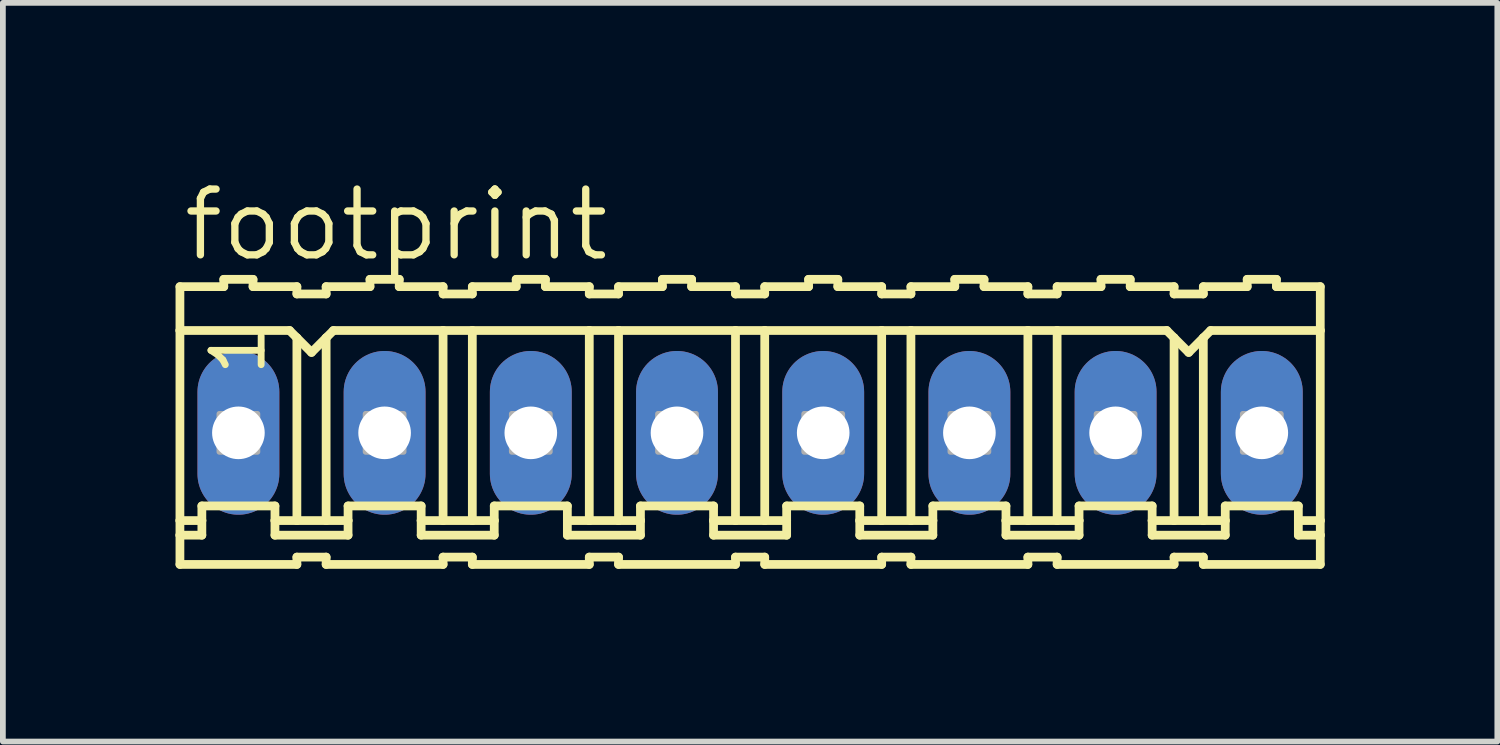
<source format=kicad_pcb>
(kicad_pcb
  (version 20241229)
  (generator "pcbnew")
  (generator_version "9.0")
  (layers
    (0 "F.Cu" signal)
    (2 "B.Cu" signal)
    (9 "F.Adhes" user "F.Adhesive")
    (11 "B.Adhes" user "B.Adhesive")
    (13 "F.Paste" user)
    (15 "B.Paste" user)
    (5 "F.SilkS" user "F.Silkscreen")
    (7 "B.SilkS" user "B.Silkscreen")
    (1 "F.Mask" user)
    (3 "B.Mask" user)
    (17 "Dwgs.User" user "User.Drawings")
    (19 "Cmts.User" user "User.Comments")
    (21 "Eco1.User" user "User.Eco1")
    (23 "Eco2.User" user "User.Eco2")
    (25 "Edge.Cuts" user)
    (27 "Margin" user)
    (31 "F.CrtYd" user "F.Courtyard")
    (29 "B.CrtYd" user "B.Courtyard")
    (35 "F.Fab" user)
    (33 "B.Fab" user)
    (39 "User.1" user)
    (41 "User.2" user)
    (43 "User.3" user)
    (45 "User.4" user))
  (footprint "footprint"
    (layer "F.Cu")
    (at 9.982 4.47)
    (property "Reference" "footprint" (at -9.906 -2.946 0) (layer "F.SilkS") (effects (font (size 1.143 1.143) (thickness 0.127)) (justify left bottom)))
    (fp_line (start -9.906 -2.54) (end -9.906 -1.778) (stroke (width 0.152) (type solid)) (layer "F.SilkS"))
    (fp_line (start -9.906 -2.54) (end -9.144 -2.54) (stroke (width 0.152) (type solid)) (layer "F.SilkS"))
    (fp_line (start -9.906 -1.778) (end -9.906 1.524) (stroke (width 0.152) (type solid)) (layer "F.SilkS"))
    (fp_line (start -9.906 1.524) (end -9.906 1.778) (stroke (width 0.152) (type solid)) (layer "F.SilkS"))
    (fp_line (start -9.906 1.778) (end -9.906 2.286) (stroke (width 0.152) (type solid)) (layer "F.SilkS"))
    (fp_line (start -9.906 1.778) (end -9.525 1.778) (stroke (width 0.152) (type solid)) (layer "F.SilkS"))
    (fp_line (start -9.525 1.27) (end -8.255 1.27) (stroke (width 0.152) (type solid)) (layer "F.SilkS"))
    (fp_line (start -9.525 1.524) (end -9.906 1.524) (stroke (width 0.152) (type solid)) (layer "F.SilkS"))
    (fp_line (start -9.525 1.524) (end -9.525 1.27) (stroke (width 0.152) (type solid)) (layer "F.SilkS"))
    (fp_line (start -9.525 1.778) (end -9.525 1.524) (stroke (width 0.152) (type solid)) (layer "F.SilkS"))
    (fp_line (start -9.144 -2.54) (end -9.144 -2.667) (stroke (width 0.152) (type solid)) (layer "F.SilkS"))
    (fp_line (start -8.636 -2.667) (end -9.144 -2.667) (stroke (width 0.152) (type solid)) (layer "F.SilkS"))
    (fp_line (start -8.636 -2.54) (end -8.636 -2.667) (stroke (width 0.152) (type solid)) (layer "F.SilkS"))
    (fp_line (start -8.255 1.524) (end -8.255 1.27) (stroke (width 0.152) (type solid)) (layer "F.SilkS"))
    (fp_line (start -8.255 1.524) (end -7.874 1.524) (stroke (width 0.152) (type solid)) (layer "F.SilkS"))
    (fp_line (start -8.255 1.778) (end -8.255 1.524) (stroke (width 0.152) (type solid)) (layer "F.SilkS"))
    (fp_line (start -8.001 -1.778) (end -9.906 -1.778) (stroke (width 0.152) (type solid)) (layer "F.SilkS"))
    (fp_line (start -8.001 -1.778) (end -7.874 -1.651) (stroke (width 0.152) (type solid)) (layer "F.SilkS"))
    (fp_line (start -7.874 -2.54) (end -8.636 -2.54) (stroke (width 0.152) (type solid)) (layer "F.SilkS"))
    (fp_line (start -7.874 -2.413) (end -7.874 -2.54) (stroke (width 0.152) (type solid)) (layer "F.SilkS"))
    (fp_line (start -7.874 -2.413) (end -7.366 -2.413) (stroke (width 0.152) (type solid)) (layer "F.SilkS"))
    (fp_line (start -7.874 -1.651) (end -7.874 1.524) (stroke (width 0.152) (type solid)) (layer "F.SilkS"))
    (fp_line (start -7.874 -1.651) (end -7.62 -1.397) (stroke (width 0.152) (type solid)) (layer "F.SilkS"))
    (fp_line (start -7.874 1.524) (end -7.366 1.524) (stroke (width 0.152) (type solid)) (layer "F.SilkS"))
    (fp_line (start -7.874 2.159) (end -7.874 2.286) (stroke (width 0.152) (type solid)) (layer "F.SilkS"))
    (fp_line (start -7.874 2.286) (end -9.906 2.286) (stroke (width 0.152) (type solid)) (layer "F.SilkS"))
    (fp_line (start -7.62 -1.397) (end -7.366 -1.651) (stroke (width 0.152) (type solid)) (layer "F.SilkS"))
    (fp_line (start -7.366 -2.54) (end -6.604 -2.54) (stroke (width 0.152) (type solid)) (layer "F.SilkS"))
    (fp_line (start -7.366 -2.413) (end -7.366 -2.54) (stroke (width 0.152) (type solid)) (layer "F.SilkS"))
    (fp_line (start -7.366 -1.651) (end -7.366 1.524) (stroke (width 0.152) (type solid)) (layer "F.SilkS"))
    (fp_line (start -7.366 -1.651) (end -7.239 -1.778) (stroke (width 0.152) (type solid)) (layer "F.SilkS"))
    (fp_line (start -7.366 1.524) (end -6.985 1.524) (stroke (width 0.152) (type solid)) (layer "F.SilkS"))
    (fp_line (start -7.366 2.159) (end -7.874 2.159) (stroke (width 0.152) (type solid)) (layer "F.SilkS"))
    (fp_line (start -7.366 2.159) (end -7.366 2.286) (stroke (width 0.152) (type solid)) (layer "F.SilkS"))
    (fp_line (start -7.366 2.286) (end -5.334 2.286) (stroke (width 0.152) (type solid)) (layer "F.SilkS"))
    (fp_line (start -7.239 -1.778) (end -5.334 -1.778) (stroke (width 0.152) (type solid)) (layer "F.SilkS"))
    (fp_line (start -6.985 1.27) (end -5.715 1.27) (stroke (width 0.152) (type solid)) (layer "F.SilkS"))
    (fp_line (start -6.985 1.524) (end -6.985 1.27) (stroke (width 0.152) (type solid)) (layer "F.SilkS"))
    (fp_line (start -6.985 1.778) (end -8.255 1.778) (stroke (width 0.152) (type solid)) (layer "F.SilkS"))
    (fp_line (start -6.985 1.778) (end -6.985 1.524) (stroke (width 0.152) (type solid)) (layer "F.SilkS"))
    (fp_line (start -6.604 -2.54) (end -6.604 -2.667) (stroke (width 0.152) (type solid)) (layer "F.SilkS"))
    (fp_line (start -6.096 -2.667) (end -6.604 -2.667) (stroke (width 0.152) (type solid)) (layer "F.SilkS"))
    (fp_line (start -6.096 -2.54) (end -6.096 -2.667) (stroke (width 0.152) (type solid)) (layer "F.SilkS"))
    (fp_line (start -6.096 -2.54) (end -5.334 -2.54) (stroke (width 0.152) (type solid)) (layer "F.SilkS"))
    (fp_line (start -5.715 1.524) (end -5.715 1.27) (stroke (width 0.152) (type solid)) (layer "F.SilkS"))
    (fp_line (start -5.715 1.524) (end -5.334 1.524) (stroke (width 0.152) (type solid)) (layer "F.SilkS"))
    (fp_line (start -5.715 1.778) (end -5.715 1.524) (stroke (width 0.152) (type solid)) (layer "F.SilkS"))
    (fp_line (start -5.715 1.778) (end -4.445 1.778) (stroke (width 0.152) (type solid)) (layer "F.SilkS"))
    (fp_line (start -5.334 -2.413) (end -5.334 -2.54) (stroke (width 0.152) (type solid)) (layer "F.SilkS"))
    (fp_line (start -5.334 -1.778) (end -5.334 1.524) (stroke (width 0.152) (type solid)) (layer "F.SilkS"))
    (fp_line (start -5.334 -1.778) (end -4.826 -1.778) (stroke (width 0.152) (type solid)) (layer "F.SilkS"))
    (fp_line (start -5.334 1.524) (end -4.826 1.524) (stroke (width 0.152) (type solid)) (layer "F.SilkS"))
    (fp_line (start -5.334 2.159) (end -5.334 2.286) (stroke (width 0.152) (type solid)) (layer "F.SilkS"))
    (fp_line (start -4.826 -2.54) (end -4.064 -2.54) (stroke (width 0.152) (type solid)) (layer "F.SilkS"))
    (fp_line (start -4.826 -2.413) (end -5.334 -2.413) (stroke (width 0.152) (type solid)) (layer "F.SilkS"))
    (fp_line (start -4.826 -2.413) (end -4.826 -2.54) (stroke (width 0.152) (type solid)) (layer "F.SilkS"))
    (fp_line (start -4.826 -1.778) (end -4.826 1.524) (stroke (width 0.152) (type solid)) (layer "F.SilkS"))
    (fp_line (start -4.826 -1.778) (end -2.794 -1.778) (stroke (width 0.152) (type solid)) (layer "F.SilkS"))
    (fp_line (start -4.826 1.524) (end -4.445 1.524) (stroke (width 0.152) (type solid)) (layer "F.SilkS"))
    (fp_line (start -4.826 2.159) (end -5.334 2.159) (stroke (width 0.152) (type solid)) (layer "F.SilkS"))
    (fp_line (start -4.826 2.159) (end -4.826 2.286) (stroke (width 0.152) (type solid)) (layer "F.SilkS"))
    (fp_line (start -4.445 1.27) (end -3.175 1.27) (stroke (width 0.152) (type solid)) (layer "F.SilkS"))
    (fp_line (start -4.445 1.524) (end -4.445 1.27) (stroke (width 0.152) (type solid)) (layer "F.SilkS"))
    (fp_line (start -4.445 1.778) (end -4.445 1.524) (stroke (width 0.152) (type solid)) (layer "F.SilkS"))
    (fp_line (start -4.064 -2.54) (end -4.064 -2.667) (stroke (width 0.152) (type solid)) (layer "F.SilkS"))
    (fp_line (start -3.556 -2.667) (end -4.064 -2.667) (stroke (width 0.152) (type solid)) (layer "F.SilkS"))
    (fp_line (start -3.556 -2.54) (end -3.556 -2.667) (stroke (width 0.152) (type solid)) (layer "F.SilkS"))
    (fp_line (start -3.556 -2.54) (end -2.794 -2.54) (stroke (width 0.152) (type solid)) (layer "F.SilkS"))
    (fp_line (start -3.175 1.524) (end -3.175 1.27) (stroke (width 0.152) (type solid)) (layer "F.SilkS"))
    (fp_line (start -3.175 1.524) (end -2.794 1.524) (stroke (width 0.152) (type solid)) (layer "F.SilkS"))
    (fp_line (start -3.175 1.778) (end -3.175 1.524) (stroke (width 0.152) (type solid)) (layer "F.SilkS"))
    (fp_line (start -2.794 -2.54) (end -2.794 -2.413) (stroke (width 0.152) (type solid)) (layer "F.SilkS"))
    (fp_line (start -2.794 -1.778) (end -2.794 1.524) (stroke (width 0.152) (type solid)) (layer "F.SilkS"))
    (fp_line (start -2.794 2.159) (end -2.794 2.286) (stroke (width 0.152) (type solid)) (layer "F.SilkS"))
    (fp_line (start -2.794 2.286) (end -4.826 2.286) (stroke (width 0.152) (type solid)) (layer "F.SilkS"))
    (fp_line (start -2.286 -2.54) (end -2.286 -2.413) (stroke (width 0.152) (type solid)) (layer "F.SilkS"))
    (fp_line (start -2.286 -2.54) (end -1.524 -2.54) (stroke (width 0.152) (type solid)) (layer "F.SilkS"))
    (fp_line (start -2.286 -2.413) (end -2.794 -2.413) (stroke (width 0.152) (type solid)) (layer "F.SilkS"))
    (fp_line (start -2.286 -1.778) (end -2.794 -1.778) (stroke (width 0.152) (type solid)) (layer "F.SilkS"))
    (fp_line (start -2.286 -1.778) (end -2.286 1.524) (stroke (width 0.152) (type solid)) (layer "F.SilkS"))
    (fp_line (start -2.286 -1.778) (end -0.254 -1.778) (stroke (width 0.152) (type solid)) (layer "F.SilkS"))
    (fp_line (start -2.286 1.524) (end -2.794 1.524) (stroke (width 0.152) (type solid)) (layer "F.SilkS"))
    (fp_line (start -2.286 2.159) (end -2.794 2.159) (stroke (width 0.152) (type solid)) (layer "F.SilkS"))
    (fp_line (start -2.286 2.159) (end -2.286 2.286) (stroke (width 0.152) (type solid)) (layer "F.SilkS"))
    (fp_line (start -1.905 1.27) (end -0.635 1.27) (stroke (width 0.152) (type solid)) (layer "F.SilkS"))
    (fp_line (start -1.905 1.524) (end -2.286 1.524) (stroke (width 0.152) (type solid)) (layer "F.SilkS"))
    (fp_line (start -1.905 1.524) (end -1.905 1.27) (stroke (width 0.152) (type solid)) (layer "F.SilkS"))
    (fp_line (start -1.905 1.778) (end -3.175 1.778) (stroke (width 0.152) (type solid)) (layer "F.SilkS"))
    (fp_line (start -1.905 1.778) (end -1.905 1.524) (stroke (width 0.152) (type solid)) (layer "F.SilkS"))
    (fp_line (start -1.524 -2.54) (end -1.524 -2.667) (stroke (width 0.152) (type solid)) (layer "F.SilkS"))
    (fp_line (start -1.016 -2.667) (end -1.524 -2.667) (stroke (width 0.152) (type solid)) (layer "F.SilkS"))
    (fp_line (start -1.016 -2.54) (end -1.016 -2.667) (stroke (width 0.152) (type solid)) (layer "F.SilkS"))
    (fp_line (start -0.635 1.524) (end -0.635 1.27) (stroke (width 0.152) (type solid)) (layer "F.SilkS"))
    (fp_line (start -0.635 1.524) (end -0.254 1.524) (stroke (width 0.152) (type solid)) (layer "F.SilkS"))
    (fp_line (start -0.635 1.778) (end -0.635 1.524) (stroke (width 0.152) (type solid)) (layer "F.SilkS"))
    (fp_line (start -0.254 -2.54) (end -1.016 -2.54) (stroke (width 0.152) (type solid)) (layer "F.SilkS"))
    (fp_line (start -0.254 -2.413) (end -0.254 -2.54) (stroke (width 0.152) (type solid)) (layer "F.SilkS"))
    (fp_line (start -0.254 -2.413) (end 0.254 -2.413) (stroke (width 0.152) (type solid)) (layer "F.SilkS"))
    (fp_line (start -0.254 -1.778) (end -0.254 1.524) (stroke (width 0.152) (type solid)) (layer "F.SilkS"))
    (fp_line (start -0.254 -1.778) (end 0.254 -1.778) (stroke (width 0.152) (type solid)) (layer "F.SilkS"))
    (fp_line (start -0.254 1.524) (end 0.254 1.524) (stroke (width 0.152) (type solid)) (layer "F.SilkS"))
    (fp_line (start -0.254 2.159) (end -0.254 2.286) (stroke (width 0.152) (type solid)) (layer "F.SilkS"))
    (fp_line (start -0.254 2.286) (end -2.286 2.286) (stroke (width 0.152) (type solid)) (layer "F.SilkS"))
    (fp_line (start 0.254 -2.54) (end 1.016 -2.54) (stroke (width 0.152) (type solid)) (layer "F.SilkS"))
    (fp_line (start 0.254 -2.413) (end 0.254 -2.54) (stroke (width 0.152) (type solid)) (layer "F.SilkS"))
    (fp_line (start 0.254 -1.778) (end 0.254 1.524) (stroke (width 0.152) (type solid)) (layer "F.SilkS"))
    (fp_line (start 0.254 -1.778) (end 2.286 -1.778) (stroke (width 0.152) (type solid)) (layer "F.SilkS"))
    (fp_line (start 0.254 1.524) (end 0.635 1.524) (stroke (width 0.152) (type solid)) (layer "F.SilkS"))
    (fp_line (start 0.254 2.159) (end -0.254 2.159) (stroke (width 0.152) (type solid)) (layer "F.SilkS"))
    (fp_line (start 0.254 2.159) (end 0.254 2.286) (stroke (width 0.152) (type solid)) (layer "F.SilkS"))
    (fp_line (start 0.635 1.27) (end 1.905 1.27) (stroke (width 0.152) (type solid)) (layer "F.SilkS"))
    (fp_line (start 0.635 1.524) (end 0.635 1.27) (stroke (width 0.152) (type solid)) (layer "F.SilkS"))
    (fp_line (start 0.635 1.778) (end -0.635 1.778) (stroke (width 0.152) (type solid)) (layer "F.SilkS"))
    (fp_line (start 0.635 1.778) (end 0.635 1.524) (stroke (width 0.152) (type solid)) (layer "F.SilkS"))
    (fp_line (start 1.016 -2.54) (end 1.016 -2.667) (stroke (width 0.152) (type solid)) (layer "F.SilkS"))
    (fp_line (start 1.524 -2.667) (end 1.016 -2.667) (stroke (width 0.152) (type solid)) (layer "F.SilkS"))
    (fp_line (start 1.524 -2.54) (end 1.524 -2.667) (stroke (width 0.152) (type solid)) (layer "F.SilkS"))
    (fp_line (start 1.905 1.524) (end 1.905 1.27) (stroke (width 0.152) (type solid)) (layer "F.SilkS"))
    (fp_line (start 1.905 1.524) (end 2.286 1.524) (stroke (width 0.152) (type solid)) (layer "F.SilkS"))
    (fp_line (start 1.905 1.778) (end 1.905 1.524) (stroke (width 0.152) (type solid)) (layer "F.SilkS"))
    (fp_line (start 2.286 -2.54) (end 1.524 -2.54) (stroke (width 0.152) (type solid)) (layer "F.SilkS"))
    (fp_line (start 2.286 -2.413) (end 2.286 -2.54) (stroke (width 0.152) (type solid)) (layer "F.SilkS"))
    (fp_line (start 2.286 -2.413) (end 2.794 -2.413) (stroke (width 0.152) (type solid)) (layer "F.SilkS"))
    (fp_line (start 2.286 -1.778) (end 2.286 1.524) (stroke (width 0.152) (type solid)) (layer "F.SilkS"))
    (fp_line (start 2.286 -1.778) (end 2.794 -1.778) (stroke (width 0.152) (type solid)) (layer "F.SilkS"))
    (fp_line (start 2.286 1.524) (end 2.794 1.524) (stroke (width 0.152) (type solid)) (layer "F.SilkS"))
    (fp_line (start 2.286 2.159) (end 2.286 2.286) (stroke (width 0.152) (type solid)) (layer "F.SilkS"))
    (fp_line (start 2.286 2.286) (end 0.254 2.286) (stroke (width 0.152) (type solid)) (layer "F.SilkS"))
    (fp_line (start 2.794 -2.54) (end 3.556 -2.54) (stroke (width 0.152) (type solid)) (layer "F.SilkS"))
    (fp_line (start 2.794 -2.413) (end 2.794 -2.54) (stroke (width 0.152) (type solid)) (layer "F.SilkS"))
    (fp_line (start 2.794 -1.778) (end 2.794 1.524) (stroke (width 0.152) (type solid)) (layer "F.SilkS"))
    (fp_line (start 2.794 -1.778) (end 4.826 -1.778) (stroke (width 0.152) (type solid)) (layer "F.SilkS"))
    (fp_line (start 2.794 1.524) (end 3.175 1.524) (stroke (width 0.152) (type solid)) (layer "F.SilkS"))
    (fp_line (start 2.794 2.159) (end 2.286 2.159) (stroke (width 0.152) (type solid)) (layer "F.SilkS"))
    (fp_line (start 2.794 2.159) (end 2.794 2.286) (stroke (width 0.152) (type solid)) (layer "F.SilkS"))
    (fp_line (start 3.175 1.27) (end 4.445 1.27) (stroke (width 0.152) (type solid)) (layer "F.SilkS"))
    (fp_line (start 3.175 1.524) (end 3.175 1.27) (stroke (width 0.152) (type solid)) (layer "F.SilkS"))
    (fp_line (start 3.175 1.778) (end 1.905 1.778) (stroke (width 0.152) (type solid)) (layer "F.SilkS"))
    (fp_line (start 3.175 1.778) (end 3.175 1.524) (stroke (width 0.152) (type solid)) (layer "F.SilkS"))
    (fp_line (start 3.556 -2.54) (end 3.556 -2.667) (stroke (width 0.152) (type solid)) (layer "F.SilkS"))
    (fp_line (start 4.064 -2.667) (end 3.556 -2.667) (stroke (width 0.152) (type solid)) (layer "F.SilkS"))
    (fp_line (start 4.064 -2.54) (end 4.064 -2.667) (stroke (width 0.152) (type solid)) (layer "F.SilkS"))
    (fp_line (start 4.445 1.524) (end 4.445 1.27) (stroke (width 0.152) (type solid)) (layer "F.SilkS"))
    (fp_line (start 4.445 1.524) (end 4.826 1.524) (stroke (width 0.152) (type solid)) (layer "F.SilkS"))
    (fp_line (start 4.445 1.778) (end 4.445 1.524) (stroke (width 0.152) (type solid)) (layer "F.SilkS"))
    (fp_line (start 4.826 -2.54) (end 4.064 -2.54) (stroke (width 0.152) (type solid)) (layer "F.SilkS"))
    (fp_line (start 4.826 -2.413) (end 4.826 -2.54) (stroke (width 0.152) (type solid)) (layer "F.SilkS"))
    (fp_line (start 4.826 -2.413) (end 5.334 -2.413) (stroke (width 0.152) (type solid)) (layer "F.SilkS"))
    (fp_line (start 4.826 -1.778) (end 4.826 1.524) (stroke (width 0.152) (type solid)) (layer "F.SilkS"))
    (fp_line (start 4.826 -1.778) (end 5.334 -1.778) (stroke (width 0.152) (type solid)) (layer "F.SilkS"))
    (fp_line (start 4.826 1.524) (end 5.334 1.524) (stroke (width 0.152) (type solid)) (layer "F.SilkS"))
    (fp_line (start 4.826 2.159) (end 4.826 2.286) (stroke (width 0.152) (type solid)) (layer "F.SilkS"))
    (fp_line (start 4.826 2.286) (end 2.794 2.286) (stroke (width 0.152) (type solid)) (layer "F.SilkS"))
    (fp_line (start 5.334 -2.54) (end 6.096 -2.54) (stroke (width 0.152) (type solid)) (layer "F.SilkS"))
    (fp_line (start 5.334 -2.413) (end 5.334 -2.54) (stroke (width 0.152) (type solid)) (layer "F.SilkS"))
    (fp_line (start 5.334 -1.778) (end 5.334 1.524) (stroke (width 0.152) (type solid)) (layer "F.SilkS"))
    (fp_line (start 5.334 -1.778) (end 7.239 -1.778) (stroke (width 0.152) (type solid)) (layer "F.SilkS"))
    (fp_line (start 5.334 1.524) (end 5.715 1.524) (stroke (width 0.152) (type solid)) (layer "F.SilkS"))
    (fp_line (start 5.334 2.159) (end 4.826 2.159) (stroke (width 0.152) (type solid)) (layer "F.SilkS"))
    (fp_line (start 5.334 2.159) (end 5.334 2.286) (stroke (width 0.152) (type solid)) (layer "F.SilkS"))
    (fp_line (start 5.715 1.27) (end 6.985 1.27) (stroke (width 0.152) (type solid)) (layer "F.SilkS"))
    (fp_line (start 5.715 1.524) (end 5.715 1.27) (stroke (width 0.152) (type solid)) (layer "F.SilkS"))
    (fp_line (start 5.715 1.778) (end 4.445 1.778) (stroke (width 0.152) (type solid)) (layer "F.SilkS"))
    (fp_line (start 5.715 1.778) (end 5.715 1.524) (stroke (width 0.152) (type solid)) (layer "F.SilkS"))
    (fp_line (start 6.096 -2.54) (end 6.096 -2.667) (stroke (width 0.152) (type solid)) (layer "F.SilkS"))
    (fp_line (start 6.604 -2.667) (end 6.096 -2.667) (stroke (width 0.152) (type solid)) (layer "F.SilkS"))
    (fp_line (start 6.604 -2.54) (end 6.604 -2.667) (stroke (width 0.152) (type solid)) (layer "F.SilkS"))
    (fp_line (start 6.604 -2.54) (end 7.366 -2.54) (stroke (width 0.152) (type solid)) (layer "F.SilkS"))
    (fp_line (start 6.985 1.524) (end 6.985 1.27) (stroke (width 0.152) (type solid)) (layer "F.SilkS"))
    (fp_line (start 6.985 1.524) (end 7.366 1.524) (stroke (width 0.152) (type solid)) (layer "F.SilkS"))
    (fp_line (start 6.985 1.778) (end 6.985 1.524) (stroke (width 0.152) (type solid)) (layer "F.SilkS"))
    (fp_line (start 6.985 1.778) (end 8.255 1.778) (stroke (width 0.152) (type solid)) (layer "F.SilkS"))
    (fp_line (start 7.239 -1.778) (end 7.366 -1.651) (stroke (width 0.152) (type solid)) (layer "F.SilkS"))
    (fp_line (start 7.366 -2.413) (end 7.366 -2.54) (stroke (width 0.152) (type solid)) (layer "F.SilkS"))
    (fp_line (start 7.366 -1.651) (end 7.366 1.524) (stroke (width 0.152) (type solid)) (layer "F.SilkS"))
    (fp_line (start 7.366 -1.651) (end 7.62 -1.397) (stroke (width 0.152) (type solid)) (layer "F.SilkS"))
    (fp_line (start 7.366 1.524) (end 7.874 1.524) (stroke (width 0.152) (type solid)) (layer "F.SilkS"))
    (fp_line (start 7.366 2.159) (end 7.366 2.286) (stroke (width 0.152) (type solid)) (layer "F.SilkS"))
    (fp_line (start 7.366 2.286) (end 5.334 2.286) (stroke (width 0.152) (type solid)) (layer "F.SilkS"))
    (fp_line (start 7.62 -1.397) (end 7.874 -1.651) (stroke (width 0.152) (type solid)) (layer "F.SilkS"))
    (fp_line (start 7.874 -2.54) (end 8.636 -2.54) (stroke (width 0.152) (type solid)) (layer "F.SilkS"))
    (fp_line (start 7.874 -2.413) (end 7.366 -2.413) (stroke (width 0.152) (type solid)) (layer "F.SilkS"))
    (fp_line (start 7.874 -2.413) (end 7.874 -2.54) (stroke (width 0.152) (type solid)) (layer "F.SilkS"))
    (fp_line (start 7.874 -1.651) (end 7.874 1.524) (stroke (width 0.152) (type solid)) (layer "F.SilkS"))
    (fp_line (start 7.874 -1.651) (end 8.001 -1.778) (stroke (width 0.152) (type solid)) (layer "F.SilkS"))
    (fp_line (start 7.874 1.524) (end 8.255 1.524) (stroke (width 0.152) (type solid)) (layer "F.SilkS"))
    (fp_line (start 7.874 2.159) (end 7.366 2.159) (stroke (width 0.152) (type solid)) (layer "F.SilkS"))
    (fp_line (start 7.874 2.159) (end 7.874 2.286) (stroke (width 0.152) (type solid)) (layer "F.SilkS"))
    (fp_line (start 8.001 -1.778) (end 9.906 -1.778) (stroke (width 0.152) (type solid)) (layer "F.SilkS"))
    (fp_line (start 8.255 1.27) (end 9.525 1.27) (stroke (width 0.152) (type solid)) (layer "F.SilkS"))
    (fp_line (start 8.255 1.524) (end 8.255 1.27) (stroke (width 0.152) (type solid)) (layer "F.SilkS"))
    (fp_line (start 8.255 1.778) (end 8.255 1.524) (stroke (width 0.152) (type solid)) (layer "F.SilkS"))
    (fp_line (start 8.636 -2.54) (end 8.636 -2.667) (stroke (width 0.152) (type solid)) (layer "F.SilkS"))
    (fp_line (start 9.144 -2.667) (end 8.636 -2.667) (stroke (width 0.152) (type solid)) (layer "F.SilkS"))
    (fp_line (start 9.144 -2.54) (end 9.144 -2.667) (stroke (width 0.152) (type solid)) (layer "F.SilkS"))
    (fp_line (start 9.144 -2.54) (end 9.906 -2.54) (stroke (width 0.152) (type solid)) (layer "F.SilkS"))
    (fp_line (start 9.525 1.524) (end 9.525 1.27) (stroke (width 0.152) (type solid)) (layer "F.SilkS"))
    (fp_line (start 9.525 1.524) (end 9.906 1.524) (stroke (width 0.152) (type solid)) (layer "F.SilkS"))
    (fp_line (start 9.525 1.778) (end 9.525 1.524) (stroke (width 0.152) (type solid)) (layer "F.SilkS"))
    (fp_line (start 9.906 -1.778) (end 9.906 -2.54) (stroke (width 0.152) (type solid)) (layer "F.SilkS"))
    (fp_line (start 9.906 -1.778) (end 9.906 1.524) (stroke (width 0.152) (type solid)) (layer "F.SilkS"))
    (fp_line (start 9.906 1.524) (end 9.906 1.778) (stroke (width 0.152) (type solid)) (layer "F.SilkS"))
    (fp_line (start 9.906 1.778) (end 9.525 1.778) (stroke (width 0.152) (type solid)) (layer "F.SilkS"))
    (fp_line (start 9.906 1.778) (end 9.906 2.286) (stroke (width 0.152) (type solid)) (layer "F.SilkS"))
    (fp_line (start 9.906 2.286) (end 7.874 2.286) (stroke (width 0.152) (type solid)) (layer "F.SilkS"))
    (fp_poly (pts (xy -9.22 0.33) (xy -8.56 0.33) (xy -8.56 -0.33) (xy -9.22 -0.33)) (stroke (width 0.1) (type solid)) (fill no) (layer "F.Fab"))
    (fp_poly (pts (xy -6.68 0.33) (xy -6.02 0.33) (xy -6.02 -0.33) (xy -6.68 -0.33)) (stroke (width 0.1) (type solid)) (fill no) (layer "F.Fab"))
    (fp_poly (pts (xy -4.14 0.33) (xy -3.48 0.33) (xy -3.48 -0.33) (xy -4.14 -0.33)) (stroke (width 0.1) (type solid)) (fill no) (layer "F.Fab"))
    (fp_poly (pts (xy -1.6 0.33) (xy -0.94 0.33) (xy -0.94 -0.33) (xy -1.6 -0.33)) (stroke (width 0.1) (type solid)) (fill no) (layer "F.Fab"))
    (fp_poly (pts (xy 0.94 0.33) (xy 1.6 0.33) (xy 1.6 -0.33) (xy 0.94 -0.33)) (stroke (width 0.1) (type solid)) (fill no) (layer "F.Fab"))
    (fp_poly (pts (xy 3.48 0.33) (xy 4.14 0.33) (xy 4.14 -0.33) (xy 3.48 -0.33)) (stroke (width 0.1) (type solid)) (fill no) (layer "F.Fab"))
    (fp_poly (pts (xy 6.02 0.33) (xy 6.68 0.33) (xy 6.68 -0.33) (xy 6.02 -0.33)) (stroke (width 0.1) (type solid)) (fill no) (layer "F.Fab"))
    (fp_poly (pts (xy 8.56 0.33) (xy 9.22 0.33) (xy 9.22 -0.33) (xy 8.56 -0.33)) (stroke (width 0.1) (type solid)) (fill no) (layer "F.Fab"))
    (fp_text user "1" (at -8.382 -0.94 90) (layer "F.SilkS") (effects (font (size 0.872 0.872) (thickness 0.119)) (justify left bottom)))
    (pad "1" thru_hole oval (at -8.89 0 90) (size 2.845 1.422) (drill 0.914) (layers "*.Cu" "*.Mask"))
    (pad "2" thru_hole oval (at -6.35 0 90) (size 2.845 1.422) (drill 0.914) (layers "*.Cu" "*.Mask"))
    (pad "3" thru_hole oval (at -3.81 0 90) (size 2.845 1.422) (drill 0.914) (layers "*.Cu" "*.Mask"))
    (pad "4" thru_hole oval (at -1.27 0 90) (size 2.845 1.422) (drill 0.914) (layers "*.Cu" "*.Mask"))
    (pad "5" thru_hole oval (at 1.27 0 90) (size 2.845 1.422) (drill 0.914) (layers "*.Cu" "*.Mask"))
    (pad "6" thru_hole oval (at 3.81 0 90) (size 2.845 1.422) (drill 0.914) (layers "*.Cu" "*.Mask"))
    (pad "7" thru_hole oval (at 6.35 0 90) (size 2.845 1.422) (drill 0.914) (layers "*.Cu" "*.Mask"))
    (pad "8" thru_hole oval (at 8.89 0 90) (size 2.845 1.422) (drill 0.914) (layers "*.Cu" "*.Mask")))
  (gr_rect
    (start -3 -3)
    (end 22.964 9.833)
    (stroke (width 0.1) (type default))
    (fill no)
    (layer "Edge.Cuts")))
</source>
